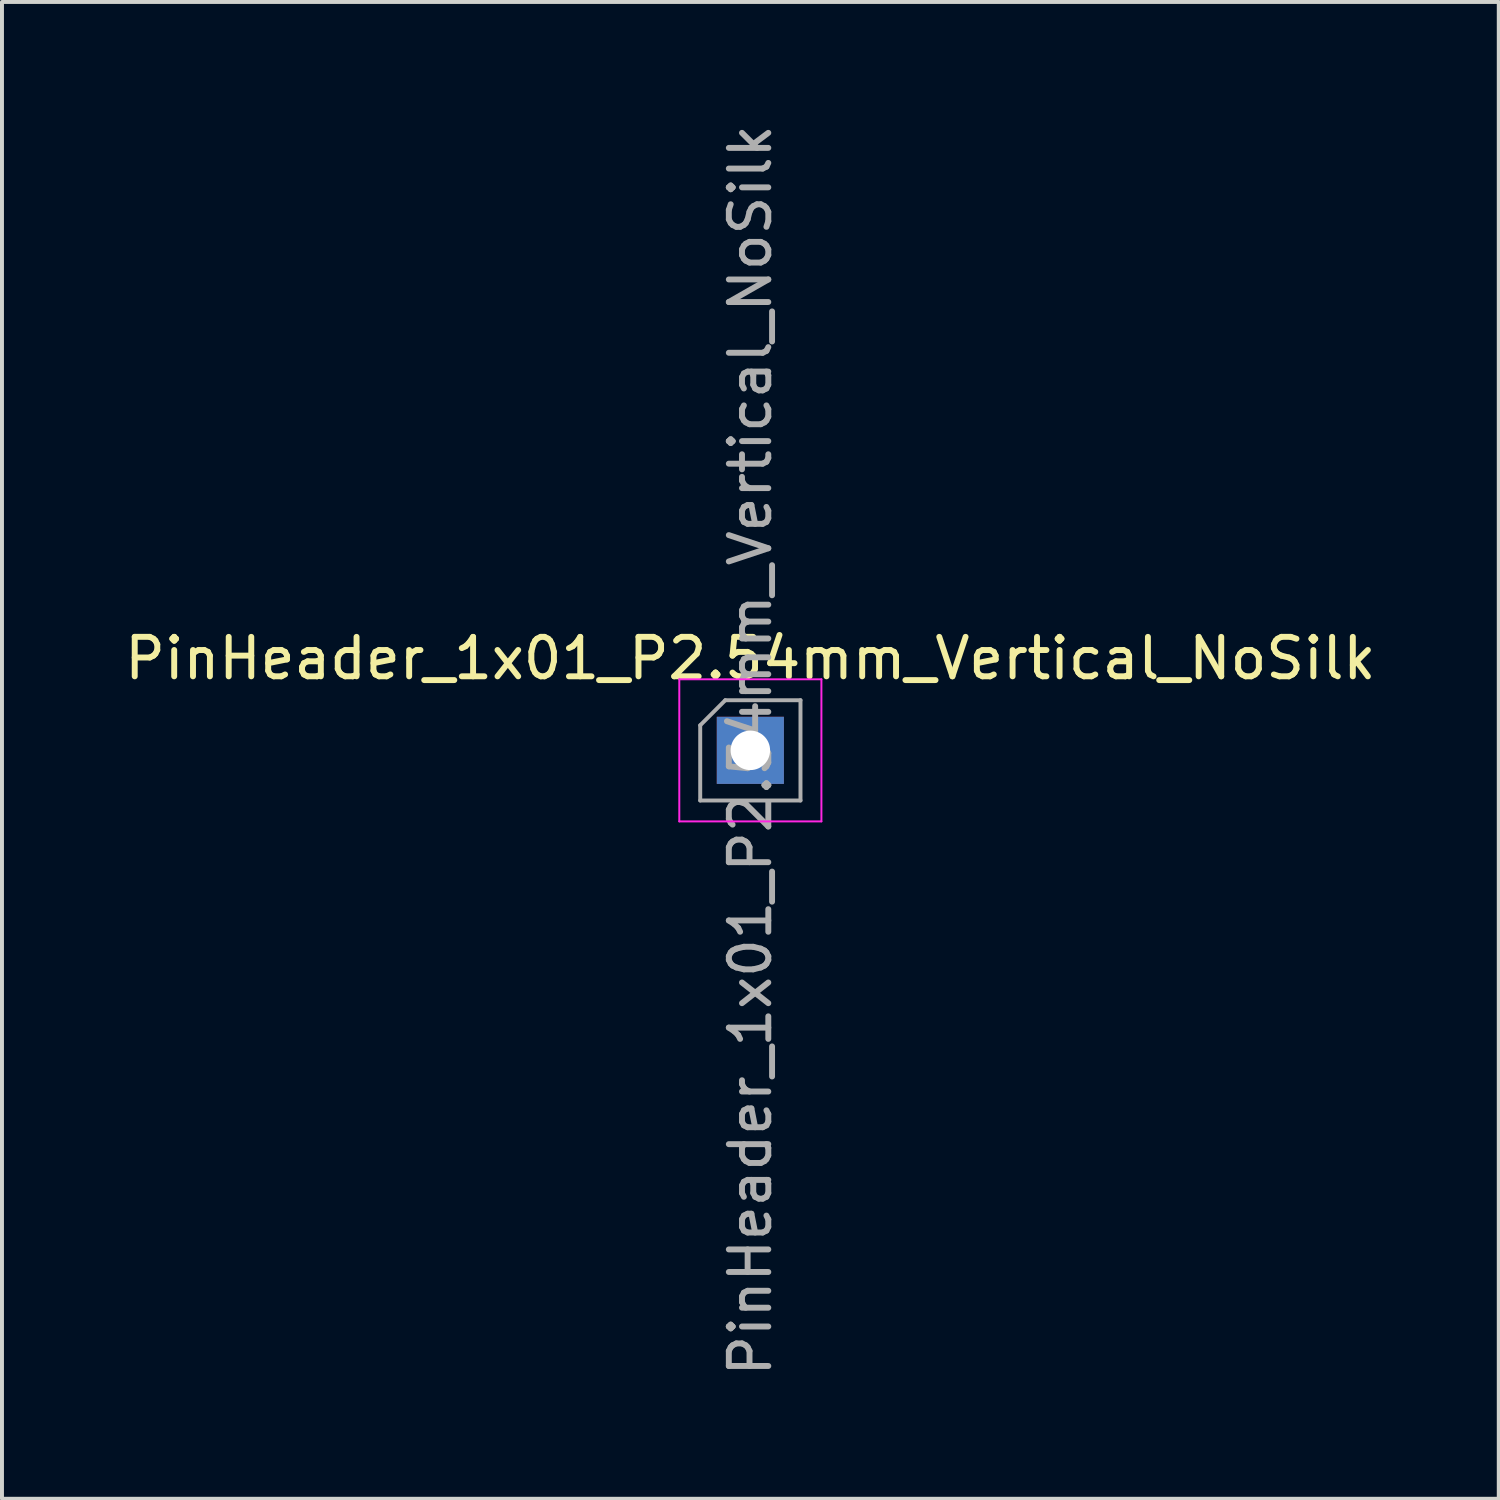
<source format=kicad_pcb>
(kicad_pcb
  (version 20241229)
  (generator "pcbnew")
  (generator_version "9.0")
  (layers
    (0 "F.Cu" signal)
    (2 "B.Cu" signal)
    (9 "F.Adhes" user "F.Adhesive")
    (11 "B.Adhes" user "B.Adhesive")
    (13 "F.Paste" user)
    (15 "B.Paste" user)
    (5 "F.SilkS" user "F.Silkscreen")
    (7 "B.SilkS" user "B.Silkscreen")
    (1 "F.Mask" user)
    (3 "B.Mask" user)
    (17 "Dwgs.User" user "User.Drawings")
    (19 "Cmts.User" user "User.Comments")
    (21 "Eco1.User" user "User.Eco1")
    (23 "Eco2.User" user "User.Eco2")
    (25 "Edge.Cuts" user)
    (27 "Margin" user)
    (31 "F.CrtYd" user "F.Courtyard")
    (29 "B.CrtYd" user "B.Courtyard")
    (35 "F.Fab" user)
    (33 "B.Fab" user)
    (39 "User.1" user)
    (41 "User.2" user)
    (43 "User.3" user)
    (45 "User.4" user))
  (footprint "PinHeader_1x01_P2.54mm_Vertical_NoSilk"
    (layer "F.Cu")
    (at 15.958 15.958)
    (property "Reference" "PinHeader_1x01_P2.54mm_Vertical_NoSilk" (at 0 -2.33 0) (layer "F.SilkS") (effects (font (size 1 1) (thickness 0.15))))
    (attr through_hole)
    (fp_line (start -1.8 -1.8) (end -1.8 1.8) (stroke (width 0.05) (type solid)) (layer "F.CrtYd"))
    (fp_line (start -1.8 1.8) (end 1.8 1.8) (stroke (width 0.05) (type solid)) (layer "F.CrtYd"))
    (fp_line (start 1.8 -1.8) (end -1.8 -1.8) (stroke (width 0.05) (type solid)) (layer "F.CrtYd"))
    (fp_line (start 1.8 1.8) (end 1.8 -1.8) (stroke (width 0.05) (type solid)) (layer "F.CrtYd"))
    (fp_line (start -1.27 -0.635) (end -0.635 -1.27) (stroke (width 0.1) (type solid)) (layer "F.Fab"))
    (fp_line (start -1.27 1.27) (end -1.27 -0.635) (stroke (width 0.1) (type solid)) (layer "F.Fab"))
    (fp_line (start -0.635 -1.27) (end 1.27 -1.27) (stroke (width 0.1) (type solid)) (layer "F.Fab"))
    (fp_line (start 1.27 -1.27) (end 1.27 1.27) (stroke (width 0.1) (type solid)) (layer "F.Fab"))
    (fp_line (start 1.27 1.27) (end -1.27 1.27) (stroke (width 0.1) (type solid)) (layer "F.Fab"))
    (fp_text user "${REFERENCE}" (at 0 0 90) (layer "F.Fab") (effects (font (size 1 1) (thickness 0.15))))
    (pad "1" thru_hole rect (at 0 0) (size 1.7 1.7) (drill 1) (layers "*.Cu" "*.Mask")))
  (gr_rect
    (start -3 -3)
    (end 34.917 34.917)
    (stroke (width 0.1) (type default))
    (fill no)
    (layer "Edge.Cuts")))
</source>
